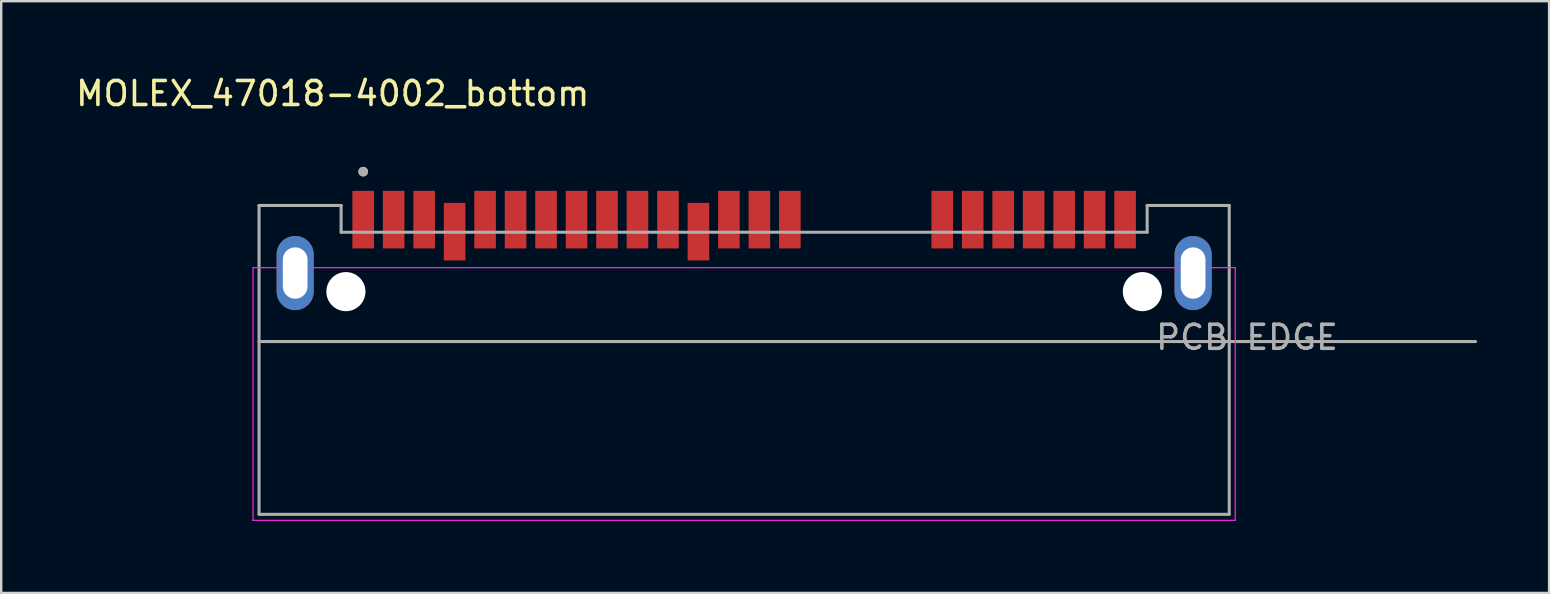
<source format=kicad_pcb>
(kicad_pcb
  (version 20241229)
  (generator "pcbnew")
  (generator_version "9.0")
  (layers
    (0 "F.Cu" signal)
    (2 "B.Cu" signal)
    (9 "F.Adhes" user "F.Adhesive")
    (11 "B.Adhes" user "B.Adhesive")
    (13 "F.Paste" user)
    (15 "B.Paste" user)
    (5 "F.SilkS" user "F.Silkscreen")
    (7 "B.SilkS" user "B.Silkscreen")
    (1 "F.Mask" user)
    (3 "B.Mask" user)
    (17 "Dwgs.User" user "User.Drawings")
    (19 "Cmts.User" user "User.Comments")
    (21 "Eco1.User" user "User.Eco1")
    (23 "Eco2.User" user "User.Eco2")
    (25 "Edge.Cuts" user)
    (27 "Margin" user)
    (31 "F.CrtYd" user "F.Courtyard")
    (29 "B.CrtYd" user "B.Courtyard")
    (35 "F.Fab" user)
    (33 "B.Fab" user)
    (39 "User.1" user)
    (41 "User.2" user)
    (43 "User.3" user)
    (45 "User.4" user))
  (footprint "MOLEX_47018-4002_bottom"
    (layer "F.Cu")
    (at 27.96 9.103)
    (property "Reference" "MOLEX_47018-4002_bottom" (at -17.145 -8.255 0) (layer "F.SilkS") (effects (font (size 1 1) (thickness 0.15))))
    (attr smd)
    (fp_circle (center -15.875 -5) (end -15.775 -5) (stroke (width 0.2) (type solid)) (fill no) (layer "F.SilkS"))
    (fp_line (start -20.465 -1) (end 20.465 -1) (stroke (width 0.05) (type solid)) (layer "F.CrtYd"))
    (fp_line (start -20.465 9.53) (end -20.465 -1) (stroke (width 0.05) (type solid)) (layer "F.CrtYd"))
    (fp_line (start 20.465 -1) (end 20.465 9.53) (stroke (width 0.05) (type solid)) (layer "F.CrtYd"))
    (fp_line (start 20.465 9.53) (end -20.465 9.53) (stroke (width 0.05) (type solid)) (layer "F.CrtYd"))
    (fp_line (start -20.215 -3.59) (end -16.795 -3.59) (stroke (width 0.127) (type solid)) (layer "F.Fab"))
    (fp_line (start -20.215 2.08) (end -20.215 -3.59) (stroke (width 0.127) (type solid)) (layer "F.Fab"))
    (fp_line (start -20.215 2.08) (end 30.48 2.08) (stroke (width 0.127) (type solid)) (layer "F.Fab"))
    (fp_line (start -20.215 9.28) (end -20.215 2.08) (stroke (width 0.127) (type solid)) (layer "F.Fab"))
    (fp_line (start -16.795 -3.59) (end -16.795 -2.475) (stroke (width 0.127) (type solid)) (layer "F.Fab"))
    (fp_line (start -16.795 -2.475) (end 16.795 -2.475) (stroke (width 0.127) (type solid)) (layer "F.Fab"))
    (fp_line (start 16.795 -2.475) (end 16.795 -3.59) (stroke (width 0.127) (type solid)) (layer "F.Fab"))
    (fp_line (start 20.215 -3.59) (end 16.795 -3.59) (stroke (width 0.127) (type solid)) (layer "F.Fab"))
    (fp_line (start 20.215 -3.59) (end 20.215 9.28) (stroke (width 0.127) (type solid)) (layer "F.Fab"))
    (fp_line (start 20.215 9.28) (end -20.215 9.28) (stroke (width 0.127) (type solid)) (layer "F.Fab"))
    (fp_circle (center -15.875 -5) (end -15.775 -5) (stroke (width 0.2) (type solid)) (fill no) (layer "F.Fab"))
    (fp_text user "PCB EDGE" (at 20.955 1.905 0) (layer "F.Fab") (effects (font (size 1 1) (thickness 0.15))))
    (pad "" np_thru_hole circle (at -16.595 0) (size 1.63 1.63) (drill 1.63) (layers "*.Cu" "*.Mask"))
    (pad "" np_thru_hole circle (at 16.595 0) (size 1.63 1.63) (drill 1.63) (layers "*.Cu" "*.Mask"))
    (pad "P1" smd rect (at 1.905 -3) (size 0.9 2.4) (layers "F.Cu" "F.Mask" "F.Paste"))
    (pad "P2" smd rect (at 0.635 -3) (size 0.9 2.4) (layers "F.Cu" "F.Mask" "F.Paste"))
    (pad "P3" smd rect (at -0.635 -3) (size 0.9 2.4) (layers "F.Cu" "F.Mask" "F.Paste"))
    (pad "P4" smd rect (at -1.905 -2.5) (size 0.9 2.4) (layers "F.Cu" "F.Mask" "F.Paste"))
    (pad "P5" smd rect (at -3.175 -3) (size 0.9 2.4) (layers "F.Cu" "F.Mask" "F.Paste"))
    (pad "P6" smd rect (at -4.445 -3) (size 0.9 2.4) (layers "F.Cu" "F.Mask" "F.Paste"))
    (pad "P7" smd rect (at -5.715 -3) (size 0.9 2.4) (layers "F.Cu" "F.Mask" "F.Paste"))
    (pad "P8" smd rect (at -6.985 -3) (size 0.9 2.4) (layers "F.Cu" "F.Mask" "F.Paste"))
    (pad "P9" smd rect (at -8.255 -3) (size 0.9 2.4) (layers "F.Cu" "F.Mask" "F.Paste"))
    (pad "P10" smd rect (at -9.525 -3) (size 0.9 2.4) (layers "F.Cu" "F.Mask" "F.Paste"))
    (pad "P11" smd rect (at -10.795 -3) (size 0.9 2.4) (layers "F.Cu" "F.Mask" "F.Paste"))
    (pad "P12" smd rect (at -12.065 -2.5) (size 0.9 2.4) (layers "F.Cu" "F.Mask" "F.Paste"))
    (pad "P13" smd rect (at -13.335 -3) (size 0.9 2.4) (layers "F.Cu" "F.Mask" "F.Paste"))
    (pad "P14" smd rect (at -14.605 -3) (size 0.9 2.4) (layers "F.Cu" "F.Mask" "F.Paste"))
    (pad "P15" smd rect (at -15.875 -3) (size 0.9 2.4) (layers "F.Cu" "F.Mask" "F.Paste"))
    (pad "S1" smd rect (at 15.875 -3) (size 0.9 2.4) (layers "F.Cu" "F.Mask" "F.Paste"))
    (pad "S2" smd rect (at 14.605 -3) (size 0.9 2.4) (layers "F.Cu" "F.Mask" "F.Paste"))
    (pad "S3" smd rect (at 13.335 -3) (size 0.9 2.4) (layers "F.Cu" "F.Mask" "F.Paste"))
    (pad "S4" smd rect (at 12.065 -3) (size 0.9 2.4) (layers "F.Cu" "F.Mask" "F.Paste"))
    (pad "S5" smd rect (at 10.795 -3) (size 0.9 2.4) (layers "F.Cu" "F.Mask" "F.Paste"))
    (pad "S6" smd rect (at 9.525 -3) (size 0.9 2.4) (layers "F.Cu" "F.Mask" "F.Paste"))
    (pad "S7" smd rect (at 8.255 -3) (size 0.9 2.4) (layers "F.Cu" "F.Mask" "F.Paste"))
    (pad "SH" thru_hole oval (at -18.71 -0.775) (size 1.545 3.09) (drill oval 1.03 2.14) (layers "*.Cu" "*.Mask"))
    (pad "SH" thru_hole oval (at 18.71 -0.775) (size 1.545 3.09) (drill oval 1.03 2.14) (layers "*.Cu" "*.Mask")))
  (gr_rect
    (start -3 -3)
    (end 61.504 21.658)
    (stroke (width 0.1) (type default))
    (fill no)
    (layer "Edge.Cuts")))
</source>
